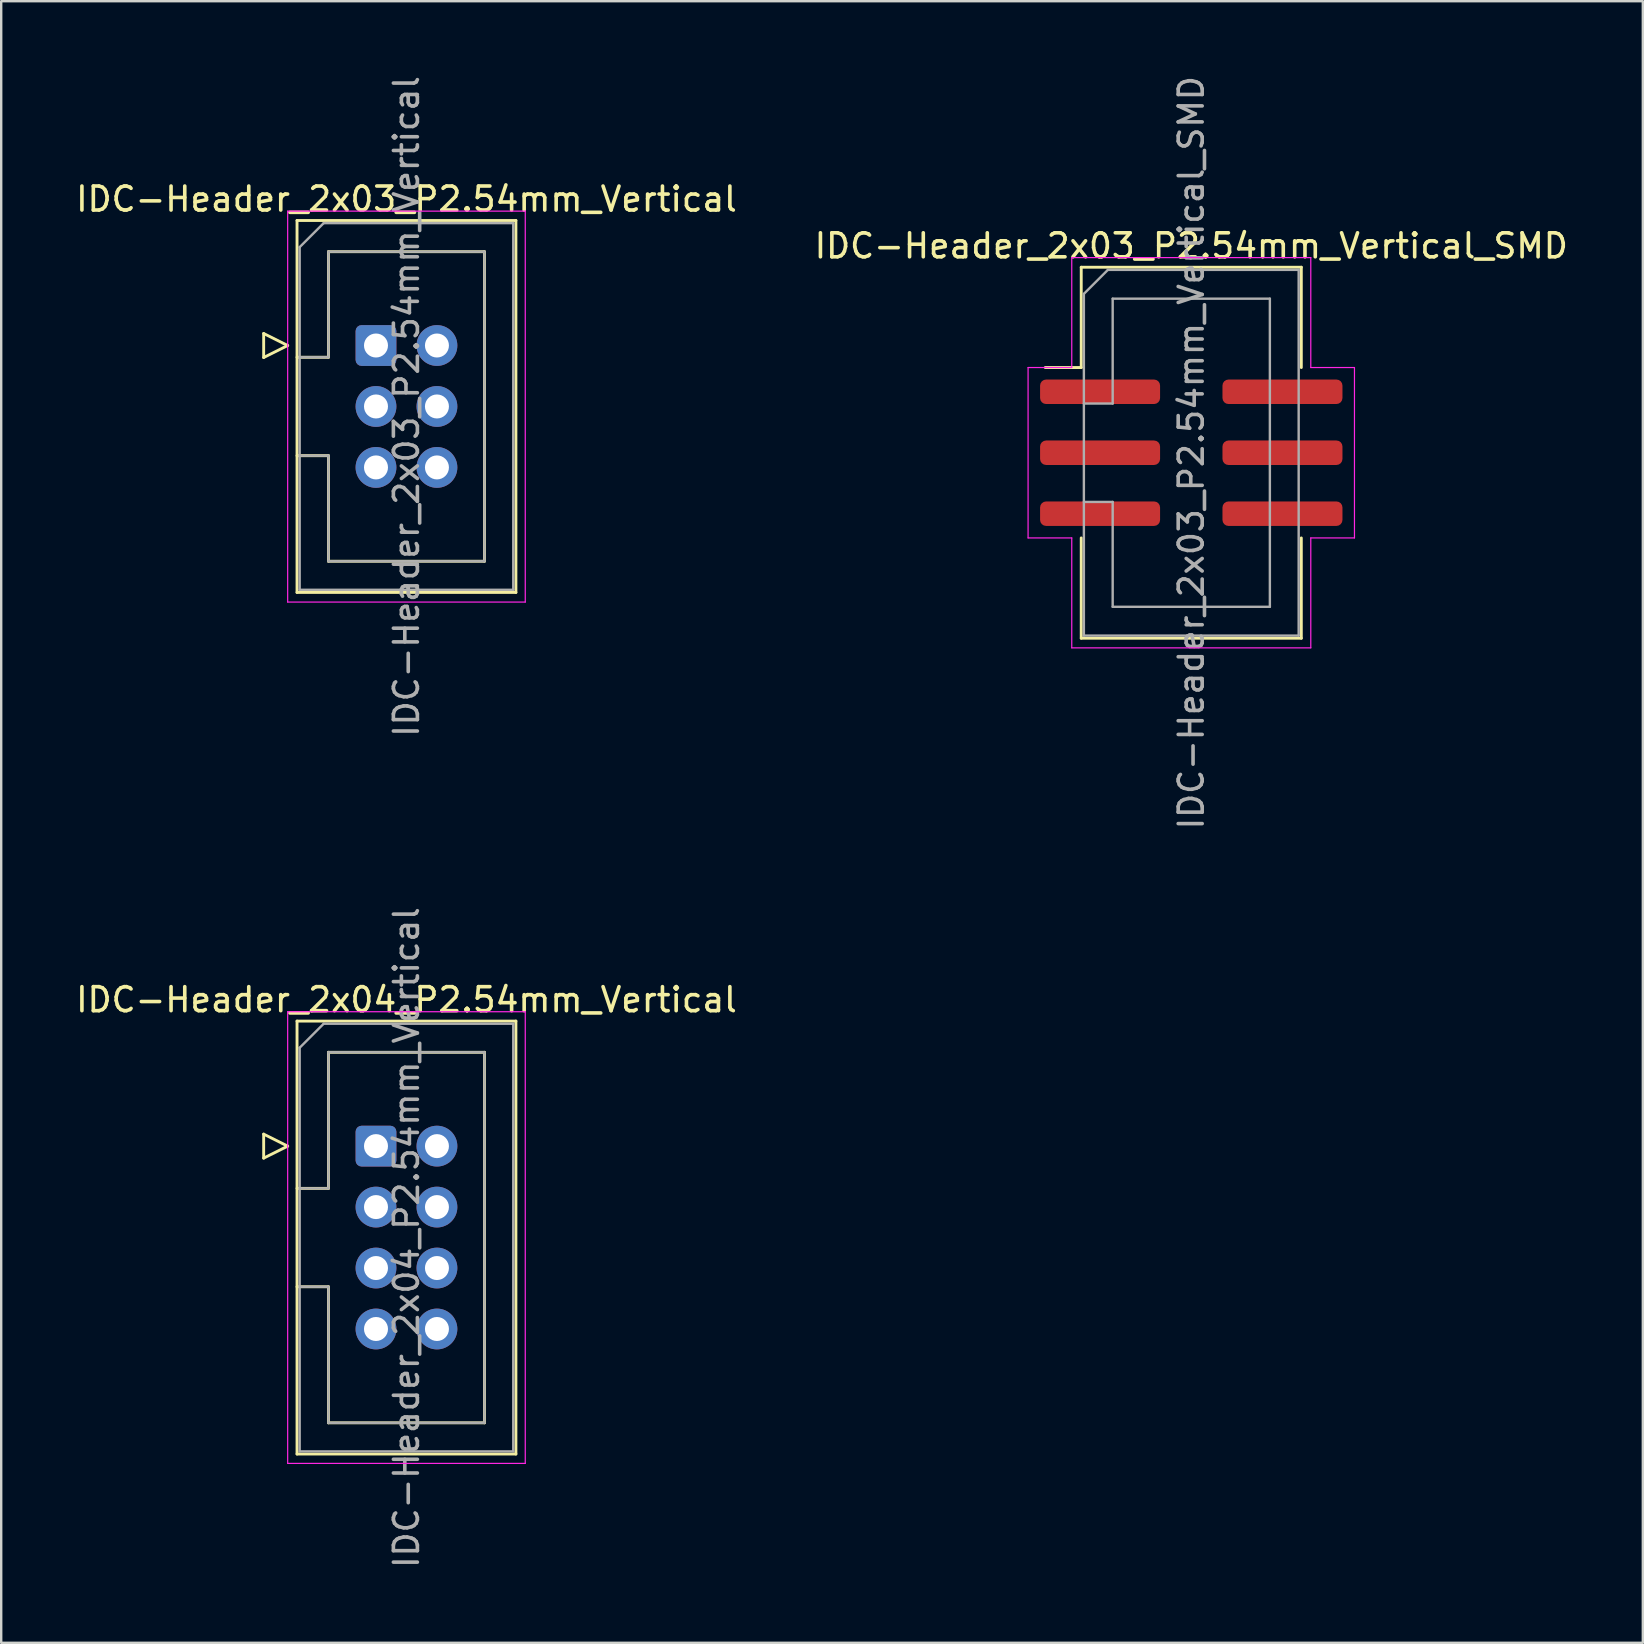
<source format=kicad_pcb>
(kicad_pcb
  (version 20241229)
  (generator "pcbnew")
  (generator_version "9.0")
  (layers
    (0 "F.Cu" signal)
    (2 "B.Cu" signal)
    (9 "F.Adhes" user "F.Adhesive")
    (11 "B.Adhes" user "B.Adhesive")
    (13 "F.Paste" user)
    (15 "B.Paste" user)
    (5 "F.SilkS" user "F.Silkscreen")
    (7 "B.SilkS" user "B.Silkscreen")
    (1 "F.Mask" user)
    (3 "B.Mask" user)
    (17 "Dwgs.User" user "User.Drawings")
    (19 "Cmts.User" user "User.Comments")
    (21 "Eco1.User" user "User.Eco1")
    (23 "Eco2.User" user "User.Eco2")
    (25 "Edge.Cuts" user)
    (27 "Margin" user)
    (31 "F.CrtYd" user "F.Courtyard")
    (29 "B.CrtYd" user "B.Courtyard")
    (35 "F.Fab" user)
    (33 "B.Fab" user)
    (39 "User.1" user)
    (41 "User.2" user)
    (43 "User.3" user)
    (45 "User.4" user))
  (footprint "IDC-Header_2x03_P2.54mm_Vertical"
    (layer "F.Cu")
    (at 12.617 11.347)
    (property "Reference" "IDC-Header_2x03_P2.54mm_Vertical" (at 1.27 -6.1 0) (layer "F.SilkS") (effects (font (size 1 1) (thickness 0.15))))
    (attr through_hole)
    (fp_line (start -4.68 -0.5) (end -4.68 0.5) (stroke (width 0.12) (type solid)) (layer "F.SilkS"))
    (fp_line (start -4.68 0.5) (end -3.68 0) (stroke (width 0.12) (type solid)) (layer "F.SilkS"))
    (fp_line (start -3.68 0) (end -4.68 -0.5) (stroke (width 0.12) (type solid)) (layer "F.SilkS"))
    (fp_line (start -3.29 -5.21) (end 5.83 -5.21) (stroke (width 0.12) (type solid)) (layer "F.SilkS"))
    (fp_line (start -3.29 0.49) (end -1.98 0.49) (stroke (width 0.12) (type solid)) (layer "F.SilkS"))
    (fp_line (start -3.29 10.29) (end -3.29 -5.21) (stroke (width 0.12) (type solid)) (layer "F.SilkS"))
    (fp_line (start -1.98 -3.91) (end 4.52 -3.91) (stroke (width 0.12) (type solid)) (layer "F.SilkS"))
    (fp_line (start -1.98 0.49) (end -1.98 -3.91) (stroke (width 0.12) (type solid)) (layer "F.SilkS"))
    (fp_line (start -1.98 4.59) (end -3.29 4.59) (stroke (width 0.12) (type solid)) (layer "F.SilkS"))
    (fp_line (start -1.98 8.99) (end -1.98 4.59) (stroke (width 0.12) (type solid)) (layer "F.SilkS"))
    (fp_line (start 4.52 -3.91) (end 4.52 8.99) (stroke (width 0.12) (type solid)) (layer "F.SilkS"))
    (fp_line (start 4.52 8.99) (end -1.98 8.99) (stroke (width 0.12) (type solid)) (layer "F.SilkS"))
    (fp_line (start 5.83 -5.21) (end 5.83 10.29) (stroke (width 0.12) (type solid)) (layer "F.SilkS"))
    (fp_line (start 5.83 10.29) (end -3.29 10.29) (stroke (width 0.12) (type solid)) (layer "F.SilkS"))
    (fp_line (start -3.68 -5.6) (end -3.68 10.69) (stroke (width 0.05) (type solid)) (layer "F.CrtYd"))
    (fp_line (start -3.68 10.69) (end 6.22 10.69) (stroke (width 0.05) (type solid)) (layer "F.CrtYd"))
    (fp_line (start 6.22 -5.6) (end -3.68 -5.6) (stroke (width 0.05) (type solid)) (layer "F.CrtYd"))
    (fp_line (start 6.22 10.69) (end 6.22 -5.6) (stroke (width 0.05) (type solid)) (layer "F.CrtYd"))
    (fp_line (start -3.18 -4.1) (end -2.18 -5.1) (stroke (width 0.1) (type solid)) (layer "F.Fab"))
    (fp_line (start -3.18 0.49) (end -1.98 0.49) (stroke (width 0.1) (type solid)) (layer "F.Fab"))
    (fp_line (start -3.18 10.18) (end -3.18 -4.1) (stroke (width 0.1) (type solid)) (layer "F.Fab"))
    (fp_line (start -2.18 -5.1) (end 5.72 -5.1) (stroke (width 0.1) (type solid)) (layer "F.Fab"))
    (fp_line (start -1.98 -3.91) (end 4.52 -3.91) (stroke (width 0.1) (type solid)) (layer "F.Fab"))
    (fp_line (start -1.98 0.49) (end -1.98 -3.91) (stroke (width 0.1) (type solid)) (layer "F.Fab"))
    (fp_line (start -1.98 4.59) (end -3.18 4.59) (stroke (width 0.1) (type solid)) (layer "F.Fab"))
    (fp_line (start -1.98 8.99) (end -1.98 4.59) (stroke (width 0.1) (type solid)) (layer "F.Fab"))
    (fp_line (start 4.52 -3.91) (end 4.52 8.99) (stroke (width 0.1) (type solid)) (layer "F.Fab"))
    (fp_line (start 4.52 8.99) (end -1.98 8.99) (stroke (width 0.1) (type solid)) (layer "F.Fab"))
    (fp_line (start 5.72 -5.1) (end 5.72 10.18) (stroke (width 0.1) (type solid)) (layer "F.Fab"))
    (fp_line (start 5.72 10.18) (end -3.18 10.18) (stroke (width 0.1) (type solid)) (layer "F.Fab"))
    (fp_text user "${REFERENCE}" (at 1.27 2.54 90) (layer "F.Fab") (effects (font (size 1 1) (thickness 0.15))))
    (pad "1" thru_hole roundrect (at 0 0) (size 1.7 1.7) (drill 1) (layers "*.Cu" "*.Mask") (roundrect_rratio 0.147))
    (pad "2" thru_hole circle (at 2.54 0) (size 1.7 1.7) (drill 1) (layers "*.Cu" "*.Mask"))
    (pad "3" thru_hole circle (at 0 2.54) (size 1.7 1.7) (drill 1) (layers "*.Cu" "*.Mask"))
    (pad "4" thru_hole circle (at 2.54 2.54) (size 1.7 1.7) (drill 1) (layers "*.Cu" "*.Mask"))
    (pad "5" thru_hole circle (at 0 5.08) (size 1.7 1.7) (drill 1) (layers "*.Cu" "*.Mask"))
    (pad "6" thru_hole circle (at 2.54 5.08) (size 1.7 1.7) (drill 1) (layers "*.Cu" "*.Mask")))
  (footprint "IDC-Header_2x03_P2.54mm_Vertical_SMD"
    (layer "F.Cu")
    (at 46.589 15.815)
    (property "Reference" "IDC-Header_2x03_P2.54mm_Vertical_SMD" (at 0 -8.62 0) (layer "F.SilkS") (effects (font (size 1 1) (thickness 0.15))))
    (attr smd)
    (fp_line (start -4.585 -7.73) (end 4.585 -7.73) (stroke (width 0.12) (type solid)) (layer "F.SilkS"))
    (fp_line (start -4.585 -3.55) (end -6.085 -3.55) (stroke (width 0.12) (type solid)) (layer "F.SilkS"))
    (fp_line (start -4.585 -3.55) (end -4.585 -7.73) (stroke (width 0.12) (type solid)) (layer "F.SilkS"))
    (fp_line (start -4.585 3.55) (end -4.585 7.73) (stroke (width 0.12) (type solid)) (layer "F.SilkS"))
    (fp_line (start -4.585 7.73) (end 4.585 7.73) (stroke (width 0.12) (type solid)) (layer "F.SilkS"))
    (fp_line (start 4.585 -7.73) (end 4.585 -3.55) (stroke (width 0.12) (type solid)) (layer "F.SilkS"))
    (fp_line (start 4.585 7.73) (end 4.585 3.55) (stroke (width 0.12) (type solid)) (layer "F.SilkS"))
    (fp_line (start -6.8 -3.55) (end -6.8 3.55) (stroke (width 0.05) (type solid)) (layer "F.CrtYd"))
    (fp_line (start -6.8 3.55) (end -4.98 3.55) (stroke (width 0.05) (type solid)) (layer "F.CrtYd"))
    (fp_line (start -4.98 -8.13) (end -4.98 -3.55) (stroke (width 0.05) (type solid)) (layer "F.CrtYd"))
    (fp_line (start -4.98 -3.55) (end -6.8 -3.55) (stroke (width 0.05) (type solid)) (layer "F.CrtYd"))
    (fp_line (start -4.98 3.55) (end -4.98 8.13) (stroke (width 0.05) (type solid)) (layer "F.CrtYd"))
    (fp_line (start -4.98 8.13) (end 4.98 8.13) (stroke (width 0.05) (type solid)) (layer "F.CrtYd"))
    (fp_line (start 4.98 -8.13) (end -4.98 -8.13) (stroke (width 0.05) (type solid)) (layer "F.CrtYd"))
    (fp_line (start 4.98 -3.55) (end 4.98 -8.13) (stroke (width 0.05) (type solid)) (layer "F.CrtYd"))
    (fp_line (start 4.98 3.55) (end 6.8 3.55) (stroke (width 0.05) (type solid)) (layer "F.CrtYd"))
    (fp_line (start 4.98 8.13) (end 4.98 3.55) (stroke (width 0.05) (type solid)) (layer "F.CrtYd"))
    (fp_line (start 6.8 -3.55) (end 4.98 -3.55) (stroke (width 0.05) (type solid)) (layer "F.CrtYd"))
    (fp_line (start 6.8 3.55) (end 6.8 -3.55) (stroke (width 0.05) (type solid)) (layer "F.CrtYd"))
    (fp_line (start -4.475 -6.62) (end -3.475 -7.62) (stroke (width 0.1) (type solid)) (layer "F.Fab"))
    (fp_line (start -4.475 -2.05) (end -3.275 -2.05) (stroke (width 0.1) (type solid)) (layer "F.Fab"))
    (fp_line (start -4.475 7.62) (end -4.475 -6.62) (stroke (width 0.1) (type solid)) (layer "F.Fab"))
    (fp_line (start -3.475 -7.62) (end 4.475 -7.62) (stroke (width 0.1) (type solid)) (layer "F.Fab"))
    (fp_line (start -3.275 -6.42) (end 3.275 -6.42) (stroke (width 0.1) (type solid)) (layer "F.Fab"))
    (fp_line (start -3.275 -2.05) (end -3.275 -6.42) (stroke (width 0.1) (type solid)) (layer "F.Fab"))
    (fp_line (start -3.275 2.05) (end -4.475 2.05) (stroke (width 0.1) (type solid)) (layer "F.Fab"))
    (fp_line (start -3.275 6.42) (end -3.275 2.05) (stroke (width 0.1) (type solid)) (layer "F.Fab"))
    (fp_line (start 3.275 -6.42) (end 3.275 6.42) (stroke (width 0.1) (type solid)) (layer "F.Fab"))
    (fp_line (start 3.275 6.42) (end -3.275 6.42) (stroke (width 0.1) (type solid)) (layer "F.Fab"))
    (fp_line (start 4.475 -7.62) (end 4.475 7.62) (stroke (width 0.1) (type solid)) (layer "F.Fab"))
    (fp_line (start 4.475 7.62) (end -4.475 7.62) (stroke (width 0.1) (type solid)) (layer "F.Fab"))
    (fp_text user "${REFERENCE}" (at 0 0 90) (layer "F.Fab") (effects (font (size 1 1) (thickness 0.15))))
    (pad "1" smd roundrect (at -3.8 -2.54) (size 5 1.02) (layers "F.Cu" "F.Mask" "F.Paste") (roundrect_rratio 0.245))
    (pad "2" smd roundrect (at 3.8 -2.54) (size 5 1.02) (layers "F.Cu" "F.Mask" "F.Paste") (roundrect_rratio 0.245))
    (pad "3" smd roundrect (at -3.8 0) (size 5 1.02) (layers "F.Cu" "F.Mask" "F.Paste") (roundrect_rratio 0.245))
    (pad "4" smd roundrect (at 3.8 0) (size 5 1.02) (layers "F.Cu" "F.Mask" "F.Paste") (roundrect_rratio 0.245))
    (pad "5" smd roundrect (at -3.8 2.54) (size 5 1.02) (layers "F.Cu" "F.Mask" "F.Paste") (roundrect_rratio 0.245))
    (pad "6" smd roundrect (at 3.8 2.54) (size 5 1.02) (layers "F.Cu" "F.Mask" "F.Paste") (roundrect_rratio 0.245)))
  (footprint "IDC-Header_2x04_P2.54mm_Vertical"
    (layer "F.Cu")
    (at 12.617 44.708)
    (property "Reference" "IDC-Header_2x04_P2.54mm_Vertical" (at 1.27 -6.1 0) (layer "F.SilkS") (effects (font (size 1 1) (thickness 0.15))))
    (attr through_hole)
    (fp_line (start -4.68 -0.5) (end -4.68 0.5) (stroke (width 0.12) (type solid)) (layer "F.SilkS"))
    (fp_line (start -4.68 0.5) (end -3.68 0) (stroke (width 0.12) (type solid)) (layer "F.SilkS"))
    (fp_line (start -3.68 0) (end -4.68 -0.5) (stroke (width 0.12) (type solid)) (layer "F.SilkS"))
    (fp_line (start -3.29 -5.21) (end 5.83 -5.21) (stroke (width 0.12) (type solid)) (layer "F.SilkS"))
    (fp_line (start -3.29 1.76) (end -1.98 1.76) (stroke (width 0.12) (type solid)) (layer "F.SilkS"))
    (fp_line (start -3.29 12.83) (end -3.29 -5.21) (stroke (width 0.12) (type solid)) (layer "F.SilkS"))
    (fp_line (start -1.98 -3.91) (end 4.52 -3.91) (stroke (width 0.12) (type solid)) (layer "F.SilkS"))
    (fp_line (start -1.98 1.76) (end -1.98 -3.91) (stroke (width 0.12) (type solid)) (layer "F.SilkS"))
    (fp_line (start -1.98 5.86) (end -3.29 5.86) (stroke (width 0.12) (type solid)) (layer "F.SilkS"))
    (fp_line (start -1.98 11.53) (end -1.98 5.86) (stroke (width 0.12) (type solid)) (layer "F.SilkS"))
    (fp_line (start 4.52 -3.91) (end 4.52 11.53) (stroke (width 0.12) (type solid)) (layer "F.SilkS"))
    (fp_line (start 4.52 11.53) (end -1.98 11.53) (stroke (width 0.12) (type solid)) (layer "F.SilkS"))
    (fp_line (start 5.83 -5.21) (end 5.83 12.83) (stroke (width 0.12) (type solid)) (layer "F.SilkS"))
    (fp_line (start 5.83 12.83) (end -3.29 12.83) (stroke (width 0.12) (type solid)) (layer "F.SilkS"))
    (fp_line (start -3.68 -5.6) (end -3.68 13.22) (stroke (width 0.05) (type solid)) (layer "F.CrtYd"))
    (fp_line (start -3.68 13.22) (end 6.22 13.22) (stroke (width 0.05) (type solid)) (layer "F.CrtYd"))
    (fp_line (start 6.22 -5.6) (end -3.68 -5.6) (stroke (width 0.05) (type solid)) (layer "F.CrtYd"))
    (fp_line (start 6.22 13.22) (end 6.22 -5.6) (stroke (width 0.05) (type solid)) (layer "F.CrtYd"))
    (fp_line (start -3.18 -4.1) (end -2.18 -5.1) (stroke (width 0.1) (type solid)) (layer "F.Fab"))
    (fp_line (start -3.18 1.76) (end -1.98 1.76) (stroke (width 0.1) (type solid)) (layer "F.Fab"))
    (fp_line (start -3.18 12.72) (end -3.18 -4.1) (stroke (width 0.1) (type solid)) (layer "F.Fab"))
    (fp_line (start -2.18 -5.1) (end 5.72 -5.1) (stroke (width 0.1) (type solid)) (layer "F.Fab"))
    (fp_line (start -1.98 -3.91) (end 4.52 -3.91) (stroke (width 0.1) (type solid)) (layer "F.Fab"))
    (fp_line (start -1.98 1.76) (end -1.98 -3.91) (stroke (width 0.1) (type solid)) (layer "F.Fab"))
    (fp_line (start -1.98 5.86) (end -3.18 5.86) (stroke (width 0.1) (type solid)) (layer "F.Fab"))
    (fp_line (start -1.98 11.53) (end -1.98 5.86) (stroke (width 0.1) (type solid)) (layer "F.Fab"))
    (fp_line (start 4.52 -3.91) (end 4.52 11.53) (stroke (width 0.1) (type solid)) (layer "F.Fab"))
    (fp_line (start 4.52 11.53) (end -1.98 11.53) (stroke (width 0.1) (type solid)) (layer "F.Fab"))
    (fp_line (start 5.72 -5.1) (end 5.72 12.72) (stroke (width 0.1) (type solid)) (layer "F.Fab"))
    (fp_line (start 5.72 12.72) (end -3.18 12.72) (stroke (width 0.1) (type solid)) (layer "F.Fab"))
    (fp_text user "${REFERENCE}" (at 1.27 3.81 90) (layer "F.Fab") (effects (font (size 1 1) (thickness 0.15))))
    (pad "1" thru_hole roundrect (at 0 0) (size 1.7 1.7) (drill 1) (layers "*.Cu" "*.Mask") (roundrect_rratio 0.147))
    (pad "2" thru_hole circle (at 2.54 0) (size 1.7 1.7) (drill 1) (layers "*.Cu" "*.Mask"))
    (pad "3" thru_hole circle (at 0 2.54) (size 1.7 1.7) (drill 1) (layers "*.Cu" "*.Mask"))
    (pad "4" thru_hole circle (at 2.54 2.54) (size 1.7 1.7) (drill 1) (layers "*.Cu" "*.Mask"))
    (pad "5" thru_hole circle (at 0 5.08) (size 1.7 1.7) (drill 1) (layers "*.Cu" "*.Mask"))
    (pad "6" thru_hole circle (at 2.54 5.08) (size 1.7 1.7) (drill 1) (layers "*.Cu" "*.Mask"))
    (pad "7" thru_hole circle (at 0 7.62) (size 1.7 1.7) (drill 1) (layers "*.Cu" "*.Mask"))
    (pad "8" thru_hole circle (at 2.54 7.62) (size 1.7 1.7) (drill 1) (layers "*.Cu" "*.Mask")))
  (gr_rect
    (start -3 -3)
    (end 65.405 65.405)
    (stroke (width 0.1) (type default))
    (fill no)
    (layer "Edge.Cuts")))
</source>
